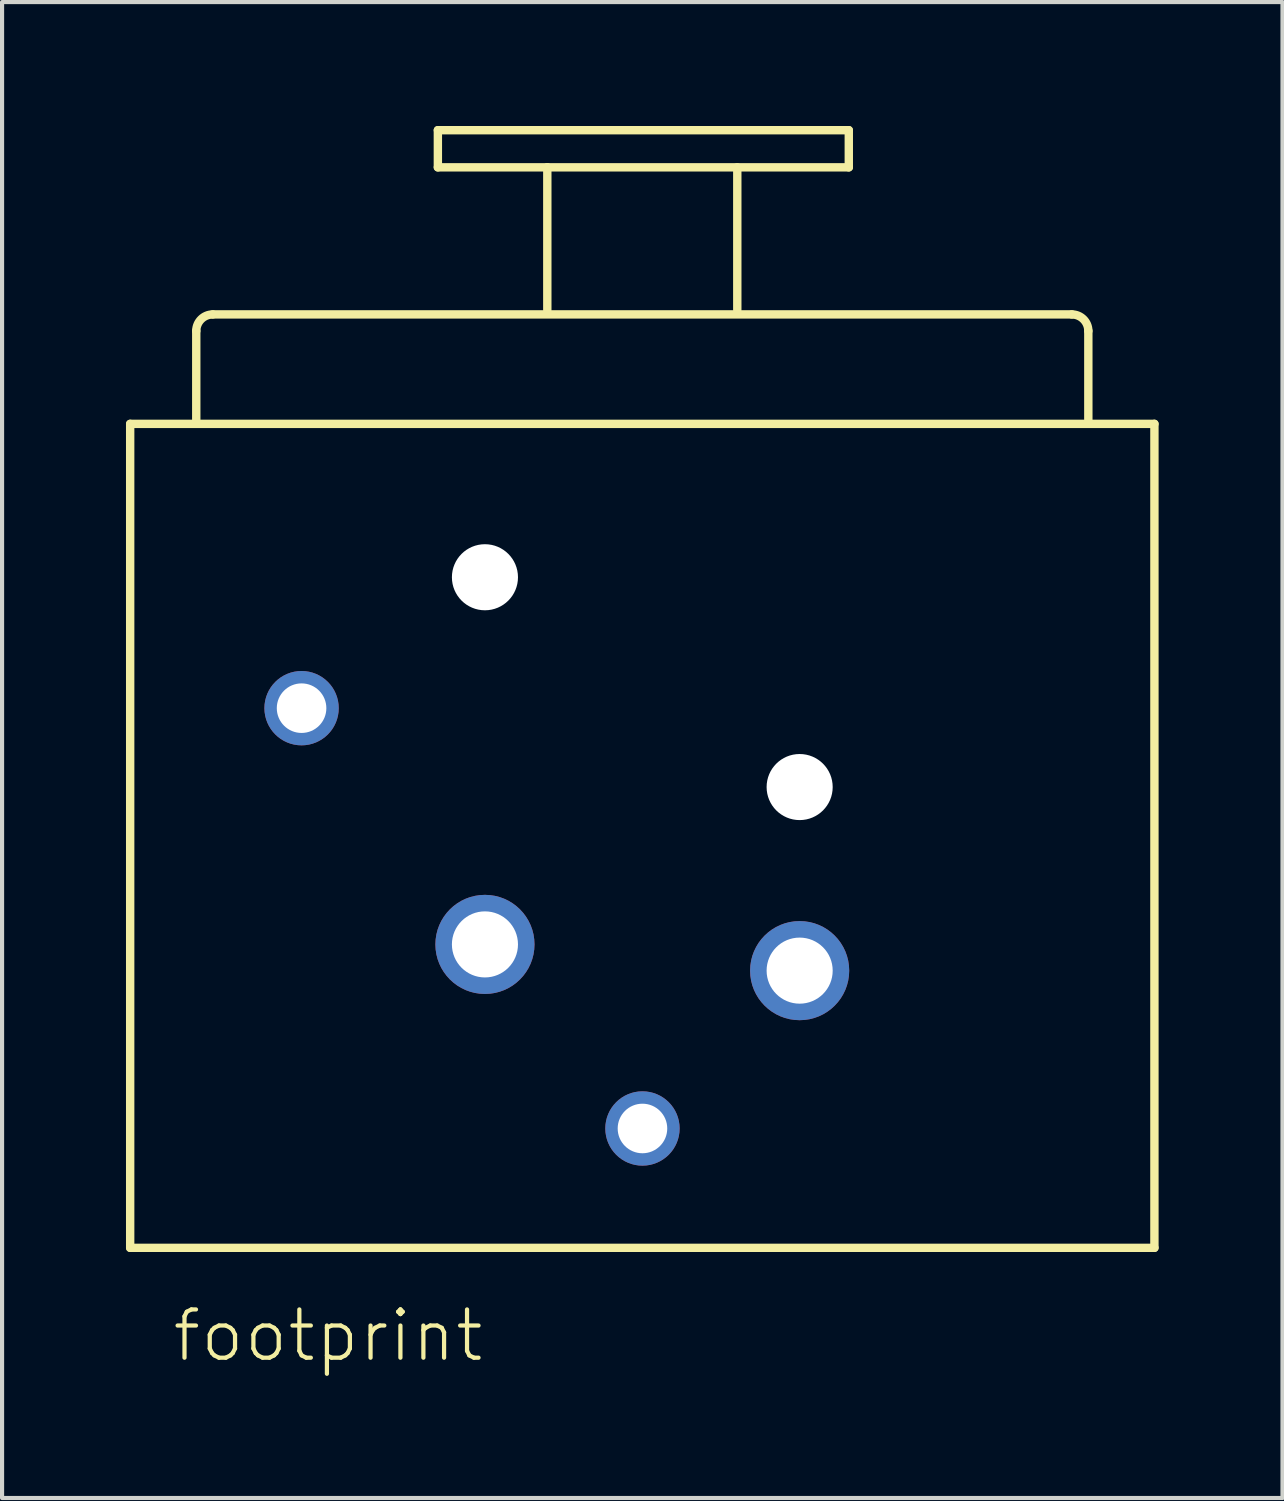
<source format=kicad_pcb>
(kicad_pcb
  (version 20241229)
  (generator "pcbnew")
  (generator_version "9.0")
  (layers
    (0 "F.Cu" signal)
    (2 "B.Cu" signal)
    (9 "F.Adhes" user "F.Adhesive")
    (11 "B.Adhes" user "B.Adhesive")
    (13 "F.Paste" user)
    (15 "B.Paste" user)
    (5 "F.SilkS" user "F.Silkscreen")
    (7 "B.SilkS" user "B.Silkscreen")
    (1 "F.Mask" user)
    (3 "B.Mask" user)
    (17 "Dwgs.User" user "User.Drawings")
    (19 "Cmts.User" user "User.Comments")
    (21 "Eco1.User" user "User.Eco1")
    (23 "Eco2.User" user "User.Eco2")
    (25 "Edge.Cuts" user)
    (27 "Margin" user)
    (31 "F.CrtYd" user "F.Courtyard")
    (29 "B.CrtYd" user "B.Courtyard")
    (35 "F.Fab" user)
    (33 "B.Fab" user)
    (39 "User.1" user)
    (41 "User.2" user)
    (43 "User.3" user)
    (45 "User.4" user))
  (footprint "footprint"
    (layer "F.Cu")
    (at 12.502 20.452)
    (property "Reference" "footprint" (at -11.43 9.52 0) (layer "F.SilkS") (effects (font (size 1.168 1.168) (thickness 0.102)) (justify left bottom)))
    (fp_line (start -12.4 -13.239) (end 12.4 -13.239) (stroke (width 0.203) (type solid)) (layer "F.SilkS"))
    (fp_line (start -12.4 6.712) (end -12.4 -13.239) (stroke (width 0.203) (type solid)) (layer "F.SilkS"))
    (fp_line (start -10.8 -13.338) (end -10.8 -15.489) (stroke (width 0.203) (type solid)) (layer "F.SilkS"))
    (fp_line (start -10.4 -15.889) (end 10.4 -15.889) (stroke (width 0.203) (type solid)) (layer "F.SilkS"))
    (fp_line (start -4.95 -20.35) (end 5 -20.35) (stroke (width 0.203) (type solid)) (layer "F.SilkS"))
    (fp_line (start -4.95 -19.45) (end -4.95 -20.35) (stroke (width 0.203) (type solid)) (layer "F.SilkS"))
    (fp_line (start -2.3 -19.45) (end -4.95 -19.45) (stroke (width 0.203) (type solid)) (layer "F.SilkS"))
    (fp_line (start -2.3 -19.45) (end 2.25 -19.45) (stroke (width 0.203) (type solid)) (layer "F.SilkS"))
    (fp_line (start -2.3 -16) (end -2.3 -19.45) (stroke (width 0.203) (type solid)) (layer "F.SilkS"))
    (fp_line (start 2.3 -19.45) (end 2.3 -16) (stroke (width 0.203) (type solid)) (layer "F.SilkS"))
    (fp_line (start 5 -20.35) (end 5 -19.45) (stroke (width 0.203) (type solid)) (layer "F.SilkS"))
    (fp_line (start 5 -19.45) (end 2.3 -19.45) (stroke (width 0.203) (type solid)) (layer "F.SilkS"))
    (fp_line (start 10.8 -15.489) (end 10.8 -13.338) (stroke (width 0.203) (type solid)) (layer "F.SilkS"))
    (fp_line (start 12.4 -13.239) (end 12.4 6.712) (stroke (width 0.203) (type solid)) (layer "F.SilkS"))
    (fp_line (start 12.4 6.712) (end -12.4 6.712) (stroke (width 0.203) (type solid)) (layer "F.SilkS"))
    (fp_arc (start -10.8 -15.4885) (mid -10.682843 -15.771343) (end -10.4 -15.8885) (stroke (width 0.2032) (type solid)) (layer "F.SilkS"))
    (fp_arc (start 10.4 -15.8885) (mid 10.682843 -15.771343) (end 10.8 -15.4885) (stroke (width 0.2032) (type solid)) (layer "F.SilkS"))
    (pad "" np_thru_hole circle (at -3.81 -9.525) (size 1.6 1.6) (drill 1.6) (layers "*.Cu" "*.Mask"))
    (pad "" np_thru_hole circle (at 3.81 -4.445) (size 1.6 1.6) (drill 1.6) (layers "*.Cu" "*.Mask"))
    (pad "1" thru_hole circle (at -3.81 -0.635) (size 2.4 2.4) (drill 1.6) (layers "*.Cu" "*.Mask"))
    (pad "2" thru_hole circle (at 3.81 0) (size 2.4 2.4) (drill 1.6) (layers "*.Cu" "*.Mask"))
    (pad "3" thru_hole circle (at 0.004 3.822) (size 1.8 1.8) (drill 1.2) (layers "*.Cu" "*.Mask"))
    (pad "G" thru_hole circle (at -8.25 -6.355) (size 1.8 1.8) (drill 1.2) (layers "*.Cu" "*.Mask")))
  (gr_rect
    (start -3 -3)
    (end 28.003 33.222)
    (stroke (width 0.1) (type default))
    (fill no)
    (layer "Edge.Cuts")))
</source>
